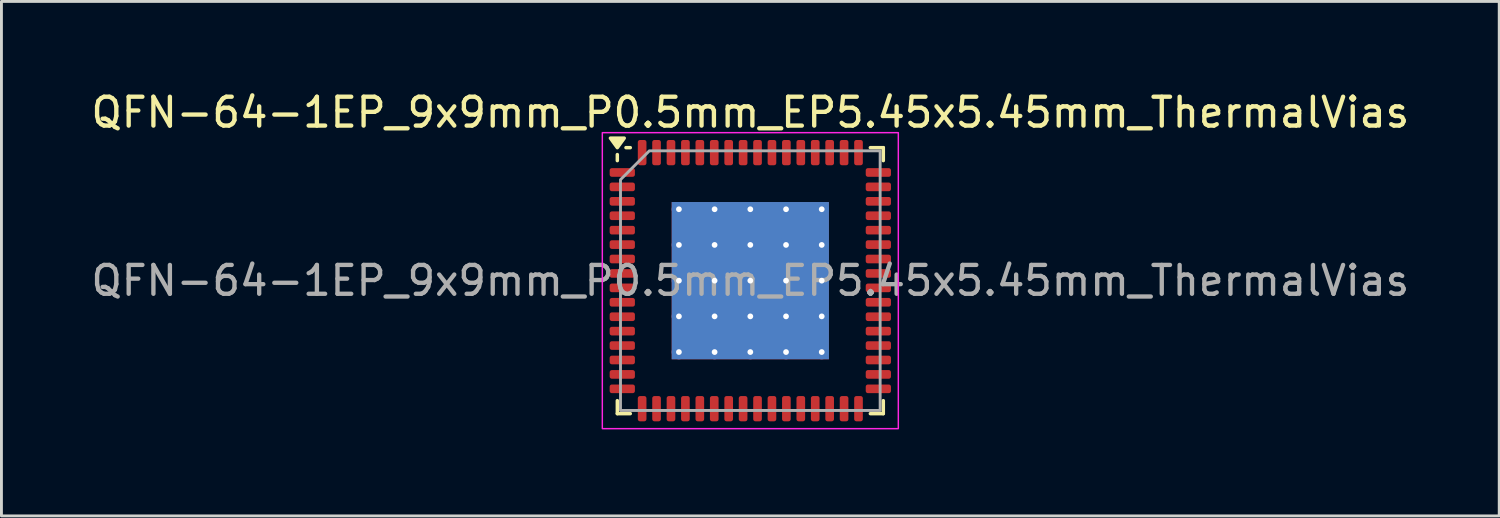
<source format=kicad_pcb>
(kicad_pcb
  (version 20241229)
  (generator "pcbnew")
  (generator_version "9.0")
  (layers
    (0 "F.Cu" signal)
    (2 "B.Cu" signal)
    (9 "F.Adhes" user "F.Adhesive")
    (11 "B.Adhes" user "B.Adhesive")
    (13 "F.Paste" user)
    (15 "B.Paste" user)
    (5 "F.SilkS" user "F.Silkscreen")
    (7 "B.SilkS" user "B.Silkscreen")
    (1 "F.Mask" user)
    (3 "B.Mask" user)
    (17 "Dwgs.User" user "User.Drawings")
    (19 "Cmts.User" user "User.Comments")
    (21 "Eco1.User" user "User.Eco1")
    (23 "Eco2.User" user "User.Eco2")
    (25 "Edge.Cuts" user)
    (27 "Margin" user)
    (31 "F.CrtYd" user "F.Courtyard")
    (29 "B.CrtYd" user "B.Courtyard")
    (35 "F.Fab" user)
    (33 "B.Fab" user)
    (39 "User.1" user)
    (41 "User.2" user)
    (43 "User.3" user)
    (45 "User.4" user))
  (footprint "QFN-64-1EP_9x9mm_P0.5mm_EP5.45x5.45mm_ThermalVias"
    (layer "F.Cu")
    (at 22.958 6.678)
    (property "Reference" "QFN-64-1EP_9x9mm_P0.5mm_EP5.45x5.45mm_ThermalVias" (at 0 -5.83 0) (layer "F.SilkS") (effects (font (size 1 1) (thickness 0.15))))
    (attr smd)
    (fp_line (start -4.61 -4.16) (end -4.61 -4.37) (stroke (width 0.12) (type solid)) (layer "F.SilkS"))
    (fp_line (start -4.61 4.61) (end -4.61 4.16) (stroke (width 0.12) (type solid)) (layer "F.SilkS"))
    (fp_line (start -4.16 -4.61) (end -4.31 -4.61) (stroke (width 0.12) (type solid)) (layer "F.SilkS"))
    (fp_line (start -4.16 4.61) (end -4.61 4.61) (stroke (width 0.12) (type solid)) (layer "F.SilkS"))
    (fp_line (start 4.16 -4.61) (end 4.61 -4.61) (stroke (width 0.12) (type solid)) (layer "F.SilkS"))
    (fp_line (start 4.16 4.61) (end 4.61 4.61) (stroke (width 0.12) (type solid)) (layer "F.SilkS"))
    (fp_line (start 4.61 -4.61) (end 4.61 -4.16) (stroke (width 0.12) (type solid)) (layer "F.SilkS"))
    (fp_line (start 4.61 4.61) (end 4.61 4.16) (stroke (width 0.12) (type solid)) (layer "F.SilkS"))
    (fp_poly (pts (xy -4.61 -4.61) (xy -4.85 -4.94) (xy -4.37 -4.94)) (stroke (width 0.12) (type solid)) (fill yes) (layer "F.SilkS"))
    (fp_rect (start -5.13 -5.13) (end 5.13 5.13) (stroke (width 0.05) (type solid)) (fill no) (layer "F.CrtYd"))
    (fp_poly (pts (xy -4.5 -3.5) (xy -4.5 4.5) (xy 4.5 4.5) (xy 4.5 -4.5) (xy -3.5 -4.5)) (stroke (width 0.1) (type solid)) (fill no) (layer "F.Fab"))
    (fp_text user "${REFERENCE}" (at 0 0 0) (layer "F.Fab") (effects (font (size 1 1) (thickness 0.15))))
    (pad "" smd roundrect (at -1.856 -1.856) (size 1.055 1.055) (layers "F.Paste") (roundrect_rratio 0.237))
    (pad "" smd roundrect (at -1.856 -0.619) (size 1.055 1.055) (layers "F.Paste") (roundrect_rratio 0.237))
    (pad "" smd roundrect (at -1.856 0.619) (size 1.055 1.055) (layers "F.Paste") (roundrect_rratio 0.237))
    (pad "" smd roundrect (at -1.856 1.856) (size 1.055 1.055) (layers "F.Paste") (roundrect_rratio 0.237))
    (pad "" smd roundrect (at -0.619 -1.856) (size 1.055 1.055) (layers "F.Paste") (roundrect_rratio 0.237))
    (pad "" smd roundrect (at -0.619 -0.619) (size 1.055 1.055) (layers "F.Paste") (roundrect_rratio 0.237))
    (pad "" smd roundrect (at -0.619 0.619) (size 1.055 1.055) (layers "F.Paste") (roundrect_rratio 0.237))
    (pad "" smd roundrect (at -0.619 1.856) (size 1.055 1.055) (layers "F.Paste") (roundrect_rratio 0.237))
    (pad "" smd roundrect (at 0.619 -1.856) (size 1.055 1.055) (layers "F.Paste") (roundrect_rratio 0.237))
    (pad "" smd roundrect (at 0.619 -0.619) (size 1.055 1.055) (layers "F.Paste") (roundrect_rratio 0.237))
    (pad "" smd roundrect (at 0.619 0.619) (size 1.055 1.055) (layers "F.Paste") (roundrect_rratio 0.237))
    (pad "" smd roundrect (at 0.619 1.856) (size 1.055 1.055) (layers "F.Paste") (roundrect_rratio 0.237))
    (pad "" smd roundrect (at 1.856 -1.856) (size 1.055 1.055) (layers "F.Paste") (roundrect_rratio 0.237))
    (pad "" smd roundrect (at 1.856 -0.619) (size 1.055 1.055) (layers "F.Paste") (roundrect_rratio 0.237))
    (pad "" smd roundrect (at 1.856 0.619) (size 1.055 1.055) (layers "F.Paste") (roundrect_rratio 0.237))
    (pad "" smd roundrect (at 1.856 1.856) (size 1.055 1.055) (layers "F.Paste") (roundrect_rratio 0.237))
    (pad "1" smd roundrect (at -4.438 -3.75) (size 0.875 0.3) (layers "F.Cu" "F.Mask" "F.Paste") (roundrect_rratio 0.25))
    (pad "2" smd roundrect (at -4.438 -3.25) (size 0.875 0.3) (layers "F.Cu" "F.Mask" "F.Paste") (roundrect_rratio 0.25))
    (pad "3" smd roundrect (at -4.438 -2.75) (size 0.875 0.3) (layers "F.Cu" "F.Mask" "F.Paste") (roundrect_rratio 0.25))
    (pad "4" smd roundrect (at -4.438 -2.25) (size 0.875 0.3) (layers "F.Cu" "F.Mask" "F.Paste") (roundrect_rratio 0.25))
    (pad "5" smd roundrect (at -4.438 -1.75) (size 0.875 0.3) (layers "F.Cu" "F.Mask" "F.Paste") (roundrect_rratio 0.25))
    (pad "6" smd roundrect (at -4.438 -1.25) (size 0.875 0.3) (layers "F.Cu" "F.Mask" "F.Paste") (roundrect_rratio 0.25))
    (pad "7" smd roundrect (at -4.438 -0.75) (size 0.875 0.3) (layers "F.Cu" "F.Mask" "F.Paste") (roundrect_rratio 0.25))
    (pad "8" smd roundrect (at -4.438 -0.25) (size 0.875 0.3) (layers "F.Cu" "F.Mask" "F.Paste") (roundrect_rratio 0.25))
    (pad "9" smd roundrect (at -4.438 0.25) (size 0.875 0.3) (layers "F.Cu" "F.Mask" "F.Paste") (roundrect_rratio 0.25))
    (pad "10" smd roundrect (at -4.438 0.75) (size 0.875 0.3) (layers "F.Cu" "F.Mask" "F.Paste") (roundrect_rratio 0.25))
    (pad "11" smd roundrect (at -4.438 1.25) (size 0.875 0.3) (layers "F.Cu" "F.Mask" "F.Paste") (roundrect_rratio 0.25))
    (pad "12" smd roundrect (at -4.438 1.75) (size 0.875 0.3) (layers "F.Cu" "F.Mask" "F.Paste") (roundrect_rratio 0.25))
    (pad "13" smd roundrect (at -4.438 2.25) (size 0.875 0.3) (layers "F.Cu" "F.Mask" "F.Paste") (roundrect_rratio 0.25))
    (pad "14" smd roundrect (at -4.438 2.75) (size 0.875 0.3) (layers "F.Cu" "F.Mask" "F.Paste") (roundrect_rratio 0.25))
    (pad "15" smd roundrect (at -4.438 3.25) (size 0.875 0.3) (layers "F.Cu" "F.Mask" "F.Paste") (roundrect_rratio 0.25))
    (pad "16" smd roundrect (at -4.438 3.75) (size 0.875 0.3) (layers "F.Cu" "F.Mask" "F.Paste") (roundrect_rratio 0.25))
    (pad "17" smd roundrect (at -3.75 4.438) (size 0.3 0.875) (layers "F.Cu" "F.Mask" "F.Paste") (roundrect_rratio 0.25))
    (pad "18" smd roundrect (at -3.25 4.438) (size 0.3 0.875) (layers "F.Cu" "F.Mask" "F.Paste") (roundrect_rratio 0.25))
    (pad "19" smd roundrect (at -2.75 4.438) (size 0.3 0.875) (layers "F.Cu" "F.Mask" "F.Paste") (roundrect_rratio 0.25))
    (pad "20" smd roundrect (at -2.25 4.438) (size 0.3 0.875) (layers "F.Cu" "F.Mask" "F.Paste") (roundrect_rratio 0.25))
    (pad "21" smd roundrect (at -1.75 4.438) (size 0.3 0.875) (layers "F.Cu" "F.Mask" "F.Paste") (roundrect_rratio 0.25))
    (pad "22" smd roundrect (at -1.25 4.438) (size 0.3 0.875) (layers "F.Cu" "F.Mask" "F.Paste") (roundrect_rratio 0.25))
    (pad "23" smd roundrect (at -0.75 4.438) (size 0.3 0.875) (layers "F.Cu" "F.Mask" "F.Paste") (roundrect_rratio 0.25))
    (pad "24" smd roundrect (at -0.25 4.438) (size 0.3 0.875) (layers "F.Cu" "F.Mask" "F.Paste") (roundrect_rratio 0.25))
    (pad "25" smd roundrect (at 0.25 4.438) (size 0.3 0.875) (layers "F.Cu" "F.Mask" "F.Paste") (roundrect_rratio 0.25))
    (pad "26" smd roundrect (at 0.75 4.438) (size 0.3 0.875) (layers "F.Cu" "F.Mask" "F.Paste") (roundrect_rratio 0.25))
    (pad "27" smd roundrect (at 1.25 4.438) (size 0.3 0.875) (layers "F.Cu" "F.Mask" "F.Paste") (roundrect_rratio 0.25))
    (pad "28" smd roundrect (at 1.75 4.438) (size 0.3 0.875) (layers "F.Cu" "F.Mask" "F.Paste") (roundrect_rratio 0.25))
    (pad "29" smd roundrect (at 2.25 4.438) (size 0.3 0.875) (layers "F.Cu" "F.Mask" "F.Paste") (roundrect_rratio 0.25))
    (pad "30" smd roundrect (at 2.75 4.438) (size 0.3 0.875) (layers "F.Cu" "F.Mask" "F.Paste") (roundrect_rratio 0.25))
    (pad "31" smd roundrect (at 3.25 4.438) (size 0.3 0.875) (layers "F.Cu" "F.Mask" "F.Paste") (roundrect_rratio 0.25))
    (pad "32" smd roundrect (at 3.75 4.438) (size 0.3 0.875) (layers "F.Cu" "F.Mask" "F.Paste") (roundrect_rratio 0.25))
    (pad "33" smd roundrect (at 4.438 3.75) (size 0.875 0.3) (layers "F.Cu" "F.Mask" "F.Paste") (roundrect_rratio 0.25))
    (pad "34" smd roundrect (at 4.438 3.25) (size 0.875 0.3) (layers "F.Cu" "F.Mask" "F.Paste") (roundrect_rratio 0.25))
    (pad "35" smd roundrect (at 4.438 2.75) (size 0.875 0.3) (layers "F.Cu" "F.Mask" "F.Paste") (roundrect_rratio 0.25))
    (pad "36" smd roundrect (at 4.438 2.25) (size 0.875 0.3) (layers "F.Cu" "F.Mask" "F.Paste") (roundrect_rratio 0.25))
    (pad "37" smd roundrect (at 4.438 1.75) (size 0.875 0.3) (layers "F.Cu" "F.Mask" "F.Paste") (roundrect_rratio 0.25))
    (pad "38" smd roundrect (at 4.438 1.25) (size 0.875 0.3) (layers "F.Cu" "F.Mask" "F.Paste") (roundrect_rratio 0.25))
    (pad "39" smd roundrect (at 4.438 0.75) (size 0.875 0.3) (layers "F.Cu" "F.Mask" "F.Paste") (roundrect_rratio 0.25))
    (pad "40" smd roundrect (at 4.438 0.25) (size 0.875 0.3) (layers "F.Cu" "F.Mask" "F.Paste") (roundrect_rratio 0.25))
    (pad "41" smd roundrect (at 4.438 -0.25) (size 0.875 0.3) (layers "F.Cu" "F.Mask" "F.Paste") (roundrect_rratio 0.25))
    (pad "42" smd roundrect (at 4.438 -0.75) (size 0.875 0.3) (layers "F.Cu" "F.Mask" "F.Paste") (roundrect_rratio 0.25))
    (pad "43" smd roundrect (at 4.438 -1.25) (size 0.875 0.3) (layers "F.Cu" "F.Mask" "F.Paste") (roundrect_rratio 0.25))
    (pad "44" smd roundrect (at 4.438 -1.75) (size 0.875 0.3) (layers "F.Cu" "F.Mask" "F.Paste") (roundrect_rratio 0.25))
    (pad "45" smd roundrect (at 4.438 -2.25) (size 0.875 0.3) (layers "F.Cu" "F.Mask" "F.Paste") (roundrect_rratio 0.25))
    (pad "46" smd roundrect (at 4.438 -2.75) (size 0.875 0.3) (layers "F.Cu" "F.Mask" "F.Paste") (roundrect_rratio 0.25))
    (pad "47" smd roundrect (at 4.438 -3.25) (size 0.875 0.3) (layers "F.Cu" "F.Mask" "F.Paste") (roundrect_rratio 0.25))
    (pad "48" smd roundrect (at 4.438 -3.75) (size 0.875 0.3) (layers "F.Cu" "F.Mask" "F.Paste") (roundrect_rratio 0.25))
    (pad "49" smd roundrect (at 3.75 -4.438) (size 0.3 0.875) (layers "F.Cu" "F.Mask" "F.Paste") (roundrect_rratio 0.25))
    (pad "50" smd roundrect (at 3.25 -4.438) (size 0.3 0.875) (layers "F.Cu" "F.Mask" "F.Paste") (roundrect_rratio 0.25))
    (pad "51" smd roundrect (at 2.75 -4.438) (size 0.3 0.875) (layers "F.Cu" "F.Mask" "F.Paste") (roundrect_rratio 0.25))
    (pad "52" smd roundrect (at 2.25 -4.438) (size 0.3 0.875) (layers "F.Cu" "F.Mask" "F.Paste") (roundrect_rratio 0.25))
    (pad "53" smd roundrect (at 1.75 -4.438) (size 0.3 0.875) (layers "F.Cu" "F.Mask" "F.Paste") (roundrect_rratio 0.25))
    (pad "54" smd roundrect (at 1.25 -4.438) (size 0.3 0.875) (layers "F.Cu" "F.Mask" "F.Paste") (roundrect_rratio 0.25))
    (pad "55" smd roundrect (at 0.75 -4.438) (size 0.3 0.875) (layers "F.Cu" "F.Mask" "F.Paste") (roundrect_rratio 0.25))
    (pad "56" smd roundrect (at 0.25 -4.438) (size 0.3 0.875) (layers "F.Cu" "F.Mask" "F.Paste") (roundrect_rratio 0.25))
    (pad "57" smd roundrect (at -0.25 -4.438) (size 0.3 0.875) (layers "F.Cu" "F.Mask" "F.Paste") (roundrect_rratio 0.25))
    (pad "58" smd roundrect (at -0.75 -4.438) (size 0.3 0.875) (layers "F.Cu" "F.Mask" "F.Paste") (roundrect_rratio 0.25))
    (pad "59" smd roundrect (at -1.25 -4.438) (size 0.3 0.875) (layers "F.Cu" "F.Mask" "F.Paste") (roundrect_rratio 0.25))
    (pad "60" smd roundrect (at -1.75 -4.438) (size 0.3 0.875) (layers "F.Cu" "F.Mask" "F.Paste") (roundrect_rratio 0.25))
    (pad "61" smd roundrect (at -2.25 -4.438) (size 0.3 0.875) (layers "F.Cu" "F.Mask" "F.Paste") (roundrect_rratio 0.25))
    (pad "62" smd roundrect (at -2.75 -4.438) (size 0.3 0.875) (layers "F.Cu" "F.Mask" "F.Paste") (roundrect_rratio 0.25))
    (pad "63" smd roundrect (at -3.25 -4.438) (size 0.3 0.875) (layers "F.Cu" "F.Mask" "F.Paste") (roundrect_rratio 0.25))
    (pad "64" smd roundrect (at -3.75 -4.438) (size 0.3 0.875) (layers "F.Cu" "F.Mask" "F.Paste") (roundrect_rratio 0.25))
    (pad "65" thru_hole circle (at -2.475 -2.475) (size 0.5 0.5) (drill 0.2) (property pad_prop_heatsink) (layers "*.Cu"))
    (pad "65" thru_hole circle (at -2.475 -1.238) (size 0.5 0.5) (drill 0.2) (property pad_prop_heatsink) (layers "*.Cu"))
    (pad "65" thru_hole circle (at -2.475 0) (size 0.5 0.5) (drill 0.2) (property pad_prop_heatsink) (layers "*.Cu"))
    (pad "65" thru_hole circle (at -2.475 1.238) (size 0.5 0.5) (drill 0.2) (property pad_prop_heatsink) (layers "*.Cu"))
    (pad "65" thru_hole circle (at -2.475 2.475) (size 0.5 0.5) (drill 0.2) (property pad_prop_heatsink) (layers "*.Cu"))
    (pad "65" thru_hole circle (at -1.238 -2.475) (size 0.5 0.5) (drill 0.2) (property pad_prop_heatsink) (layers "*.Cu"))
    (pad "65" thru_hole circle (at -1.238 -1.238) (size 0.5 0.5) (drill 0.2) (property pad_prop_heatsink) (layers "*.Cu"))
    (pad "65" thru_hole circle (at -1.238 0) (size 0.5 0.5) (drill 0.2) (property pad_prop_heatsink) (layers "*.Cu"))
    (pad "65" thru_hole circle (at -1.238 1.238) (size 0.5 0.5) (drill 0.2) (property pad_prop_heatsink) (layers "*.Cu"))
    (pad "65" thru_hole circle (at -1.238 2.475) (size 0.5 0.5) (drill 0.2) (property pad_prop_heatsink) (layers "*.Cu"))
    (pad "65" thru_hole circle (at 0 -2.475) (size 0.5 0.5) (drill 0.2) (property pad_prop_heatsink) (layers "*.Cu"))
    (pad "65" thru_hole circle (at 0 -1.238) (size 0.5 0.5) (drill 0.2) (property pad_prop_heatsink) (layers "*.Cu"))
    (pad "65" thru_hole circle (at 0 0) (size 0.5 0.5) (drill 0.2) (property pad_prop_heatsink) (layers "*.Cu"))
    (pad "65" smd rect (at 0 0) (size 5.45 5.45) (property pad_prop_heatsink) (layers "F.Cu" "F.Mask"))
    (pad "65" smd rect (at 0 0) (size 5.45 5.45) (property pad_prop_heatsink) (layers "B.Cu"))
    (pad "65" thru_hole circle (at 0 1.238) (size 0.5 0.5) (drill 0.2) (property pad_prop_heatsink) (layers "*.Cu"))
    (pad "65" thru_hole circle (at 0 2.475) (size 0.5 0.5) (drill 0.2) (property pad_prop_heatsink) (layers "*.Cu"))
    (pad "65" thru_hole circle (at 1.238 -2.475) (size 0.5 0.5) (drill 0.2) (property pad_prop_heatsink) (layers "*.Cu"))
    (pad "65" thru_hole circle (at 1.238 -1.238) (size 0.5 0.5) (drill 0.2) (property pad_prop_heatsink) (layers "*.Cu"))
    (pad "65" thru_hole circle (at 1.238 0) (size 0.5 0.5) (drill 0.2) (property pad_prop_heatsink) (layers "*.Cu"))
    (pad "65" thru_hole circle (at 1.238 1.238) (size 0.5 0.5) (drill 0.2) (property pad_prop_heatsink) (layers "*.Cu"))
    (pad "65" thru_hole circle (at 1.238 2.475) (size 0.5 0.5) (drill 0.2) (property pad_prop_heatsink) (layers "*.Cu"))
    (pad "65" thru_hole circle (at 2.475 -2.475) (size 0.5 0.5) (drill 0.2) (property pad_prop_heatsink) (layers "*.Cu"))
    (pad "65" thru_hole circle (at 2.475 -1.238) (size 0.5 0.5) (drill 0.2) (property pad_prop_heatsink) (layers "*.Cu"))
    (pad "65" thru_hole circle (at 2.475 0) (size 0.5 0.5) (drill 0.2) (property pad_prop_heatsink) (layers "*.Cu"))
    (pad "65" thru_hole circle (at 2.475 1.238) (size 0.5 0.5) (drill 0.2) (property pad_prop_heatsink) (layers "*.Cu"))
    (pad "65" thru_hole circle (at 2.475 2.475) (size 0.5 0.5) (drill 0.2) (property pad_prop_heatsink) (layers "*.Cu")))
  (gr_rect
    (start -3 -3)
    (end 48.917 14.833)
    (stroke (width 0.1) (type default))
    (fill no)
    (layer "Edge.Cuts")))
</source>
